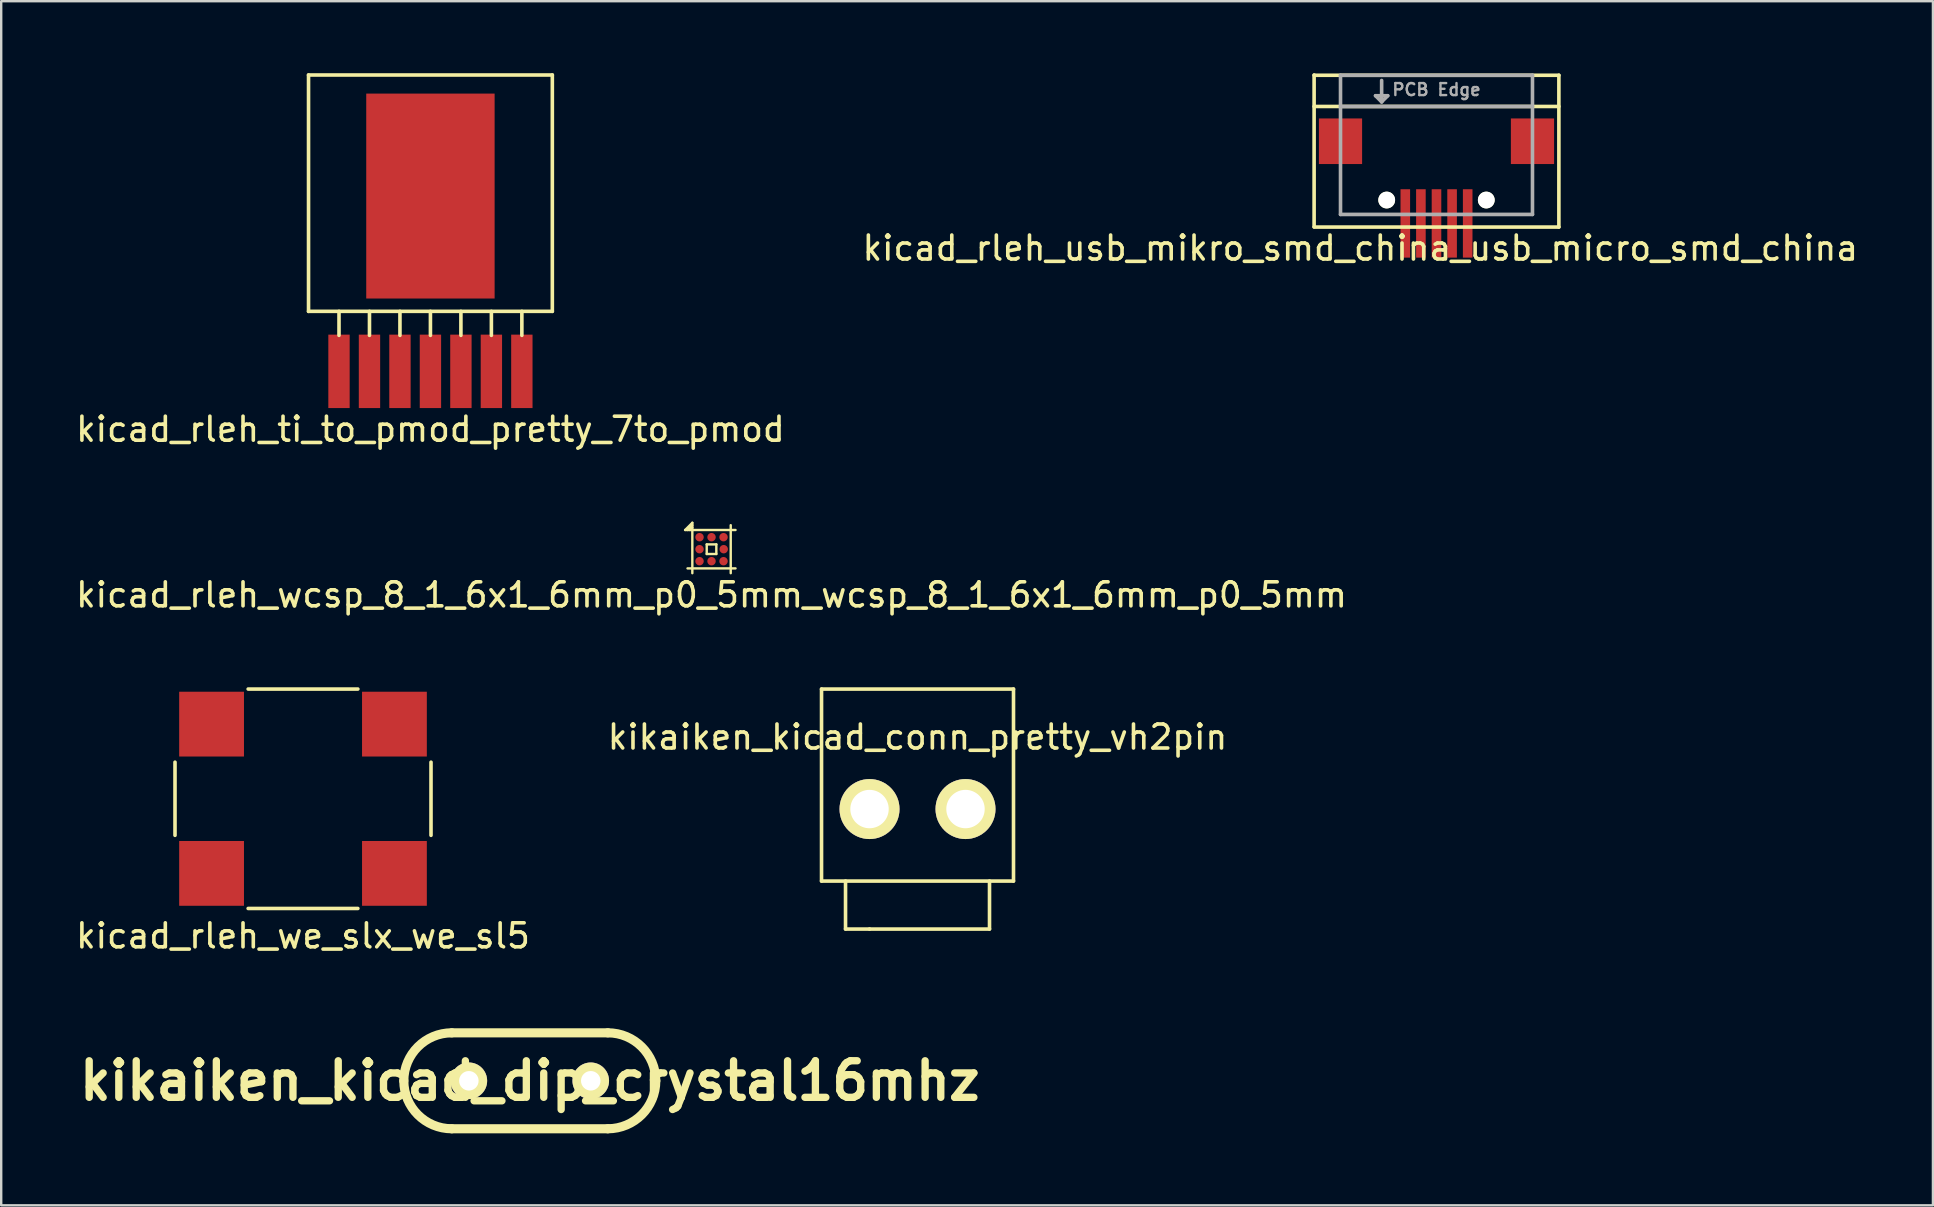
<source format=kicad_pcb>
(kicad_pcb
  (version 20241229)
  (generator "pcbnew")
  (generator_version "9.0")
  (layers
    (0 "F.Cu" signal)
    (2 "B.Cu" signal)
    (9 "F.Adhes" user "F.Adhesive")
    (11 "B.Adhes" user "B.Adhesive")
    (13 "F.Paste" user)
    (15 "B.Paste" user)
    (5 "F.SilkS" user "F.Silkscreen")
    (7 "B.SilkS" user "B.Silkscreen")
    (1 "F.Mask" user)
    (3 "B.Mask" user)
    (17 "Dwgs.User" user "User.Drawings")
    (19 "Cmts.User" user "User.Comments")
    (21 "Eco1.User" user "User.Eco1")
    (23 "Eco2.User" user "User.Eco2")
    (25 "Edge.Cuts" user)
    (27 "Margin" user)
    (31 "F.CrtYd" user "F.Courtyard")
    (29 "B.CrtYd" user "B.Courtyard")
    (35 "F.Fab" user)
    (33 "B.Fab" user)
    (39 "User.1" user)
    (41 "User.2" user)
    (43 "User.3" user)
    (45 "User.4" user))
  (footprint "kikaiken_kicad_conn_pretty_vh2pin"
    (layer "F.Cu")
    (at 35.185 30.665)
    (property "Reference" "kikaiken_kicad_conn_pretty_vh2pin" (at 0 -3 0) (layer "F.SilkS") (effects (font (size 1 1) (thickness 0.15))))
    (attr through_hole)
    (fp_line (start -4 -5) (end -4 3) (stroke (width 0.15) (type solid)) (layer "F.SilkS"))
    (fp_line (start -4 3) (end 4 3) (stroke (width 0.15) (type solid)) (layer "F.SilkS"))
    (fp_line (start -3 3) (end -3 5) (stroke (width 0.15) (type solid)) (layer "F.SilkS"))
    (fp_line (start -3 5) (end -2 5) (stroke (width 0.15) (type solid)) (layer "F.SilkS"))
    (fp_line (start -2 5) (end 3 5) (stroke (width 0.15) (type solid)) (layer "F.SilkS"))
    (fp_line (start 3 5) (end 3 3) (stroke (width 0.15) (type solid)) (layer "F.SilkS"))
    (fp_line (start 4 -5) (end -4 -5) (stroke (width 0.15) (type solid)) (layer "F.SilkS"))
    (fp_line (start 4 3) (end 4 -5) (stroke (width 0.15) (type solid)) (layer "F.SilkS"))
    (pad "1" thru_hole circle (at -2 0) (size 2.5 2.5) (drill 1.6) (layers "*.Cu" "*.Mask" "F.SilkS"))
    (pad "2" thru_hole circle (at 2 0) (size 2.5 2.5) (drill 1.6) (layers "*.Cu" "*.Mask" "F.SilkS")))
  (footprint "kicad_rleh_we_slx_we_sl5"
    (layer "F.Cu")
    (at 9.577 30.236)
    (property "Reference" "kicad_rleh_we_slx_we_sl5" (at 0 5.715 0) (layer "F.SilkS") (effects (font (size 1 1) (thickness 0.15))))
    (attr through_hole)
    (fp_line (start -5.334 1.524) (end -5.334 -1.524) (stroke (width 0.15) (type solid)) (layer "F.SilkS"))
    (fp_line (start -2.286 -4.572) (end 2.286 -4.572) (stroke (width 0.15) (type solid)) (layer "F.SilkS"))
    (fp_line (start -2.286 4.572) (end 2.286 4.572) (stroke (width 0.15) (type solid)) (layer "F.SilkS"))
    (fp_line (start 5.334 -1.524) (end 5.334 1.524) (stroke (width 0.15) (type solid)) (layer "F.SilkS"))
    (pad "1" smd rect (at 3.81 -3.11) (size 2.7 2.7) (layers "F.Cu" "F.Mask" "F.Paste"))
    (pad "2" smd rect (at -3.81 -3.11) (size 2.7 2.7) (layers "F.Cu" "F.Mask" "F.Paste"))
    (pad "3" smd rect (at -3.81 3.11) (size 2.7 2.7) (layers "F.Cu" "F.Mask" "F.Paste"))
    (pad "4" smd rect (at 3.81 3.11) (size 2.7 2.7) (layers "F.Cu" "F.Mask" "F.Paste")))
  (footprint "kikaiken_kicad_dip_crystal16mhz"
    (layer "F.Cu")
    (at 19.028 41.989)
    (property "Reference" "kikaiken_kicad_dip_crystal16mhz" (at 0 0 0) (layer "F.SilkS") (effects (font (size 1.524 1.524) (thickness 0.305))))
    (attr through_hole)
    (fp_line (start -3.251 -1.999) (end 3.251 -1.999) (stroke (width 0.381) (type solid)) (layer "F.SilkS"))
    (fp_line (start -3.251 1.999) (end 3.251 1.999) (stroke (width 0.381) (type solid)) (layer "F.SilkS"))
    (fp_arc (start -5.25018 0) (mid -4.664692 -1.413492) (end -3.2512 -1.99898) (stroke (width 0.381) (type solid)) (layer "F.SilkS"))
    (fp_arc (start -3.2512 1.99898) (mid -4.664692 1.413492) (end -5.25018 0) (stroke (width 0.381) (type solid)) (layer "F.SilkS"))
    (fp_arc (start 3.2512 -1.99898) (mid 4.664692 -1.413492) (end 5.25018 0) (stroke (width 0.381) (type solid)) (layer "F.SilkS"))
    (fp_arc (start 5.25018 0) (mid 4.664692 1.413492) (end 3.2512 1.99898) (stroke (width 0.381) (type solid)) (layer "F.SilkS"))
    (pad "1" thru_hole circle (at -2.54 0) (size 1.524 1.524) (drill 0.813) (layers "*.Cu" "*.Mask" "F.SilkS"))
    (pad "2" thru_hole circle (at 2.54 0) (size 1.524 1.524) (drill 0.813) (layers "*.Cu" "*.Mask" "F.SilkS")))
  (footprint "kicad_rleh_wcsp_8_1_6x1_6mm_p0_5mm_wcsp_8_1_6x1_6mm_p0_5mm"
    (layer "F.Cu")
    (at 26.601 19.836)
    (property "Reference" "kicad_rleh_wcsp_8_1_6x1_6mm_p0_5mm_wcsp_8_1_6x1_6mm_p0_5mm" (at 0 1.905 0) (layer "F.SilkS") (effects (font (size 1 1) (thickness 0.15))))
    (attr through_hole)
    (fp_line (start -1.1 -0.8) (end -0.8 -1.1) (stroke (width 0.1) (type solid)) (layer "F.SilkS"))
    (fp_line (start -1.1 -0.8) (end 1 -0.8) (stroke (width 0.1) (type solid)) (layer "F.SilkS"))
    (fp_line (start -1 0.8) (end 1 0.8) (stroke (width 0.1) (type solid)) (layer "F.SilkS"))
    (fp_line (start -0.9 -0.8) (end -0.8 -0.9) (stroke (width 0.1) (type solid)) (layer "F.SilkS"))
    (fp_line (start -0.8 -1.1) (end -0.8 1) (stroke (width 0.1) (type solid)) (layer "F.SilkS"))
    (fp_line (start -0.8 -1) (end -1 -0.8) (stroke (width 0.1) (type solid)) (layer "F.SilkS"))
    (fp_line (start -0.2 -0.2) (end 0.2 -0.2) (stroke (width 0.1) (type solid)) (layer "F.SilkS"))
    (fp_line (start -0.2 0.2) (end -0.2 -0.2) (stroke (width 0.1) (type solid)) (layer "F.SilkS"))
    (fp_line (start -0.2 0.2) (end 0.2 0.2) (stroke (width 0.1) (type solid)) (layer "F.SilkS"))
    (fp_line (start 0.2 0.2) (end 0.2 -0.2) (stroke (width 0.1) (type solid)) (layer "F.SilkS"))
    (fp_line (start 0.8 -1) (end 0.8 1) (stroke (width 0.1) (type solid)) (layer "F.SilkS"))
    (pad "" smd circle (at -0.5 -0.5) (size 0.225 0.225) (layers "F.Mask" "F.Paste"))
    (pad "" smd circle (at -0.5 0) (size 0.225 0.225) (layers "F.Mask" "F.Paste"))
    (pad "" smd circle (at -0.5 0.5) (size 0.225 0.225) (layers "F.Mask" "F.Paste"))
    (pad "" smd circle (at 0 -0.5) (size 0.225 0.225) (layers "F.Mask" "F.Paste"))
    (pad "" smd circle (at 0 0.5) (size 0.225 0.225) (layers "F.Mask" "F.Paste"))
    (pad "" smd circle (at 0.5 -0.5) (size 0.225 0.225) (layers "F.Mask" "F.Paste"))
    (pad "" smd circle (at 0.5 0) (size 0.225 0.225) (layers "F.Mask" "F.Paste"))
    (pad "" smd circle (at 0.5 0.5) (size 0.225 0.225) (layers "F.Mask" "F.Paste"))
    (pad "A1" smd circle (at -0.5 -0.5) (size 0.35 0.35) (layers "F.Cu"))
    (pad "A2" smd circle (at 0 -0.5) (size 0.35 0.35) (layers "F.Cu"))
    (pad "A3" smd circle (at 0.5 -0.5) (size 0.35 0.35) (layers "F.Cu"))
    (pad "B1" smd circle (at -0.5 0) (size 0.35 0.35) (layers "F.Cu"))
    (pad "B3" smd circle (at 0.508 0) (size 0.35 0.35) (layers "F.Cu"))
    (pad "C1" smd circle (at -0.5 0.5) (size 0.35 0.35) (layers "F.Cu"))
    (pad "C2" smd circle (at 0 0.5) (size 0.35 0.35) (layers "F.Cu"))
    (pad "C3" smd circle (at 0.5 0.5) (size 0.35 0.35) (layers "F.Cu")))
  (footprint "kicad_rleh_usb_mikro_smd_china_usb_micro_smd_china"
    (layer "F.Cu")
    (at 56.812 5.511)
    (property "Reference" "kicad_rleh_usb_mikro_smd_china_usb_micro_smd_china" (at -3.175 1.778 0) (layer "F.SilkS") (effects (font (size 1 1) (thickness 0.15))))
    (attr through_hole)
    (fp_line (start -5.1 -5.436) (end -5.1 0.889) (stroke (width 0.15) (type solid)) (layer "F.SilkS"))
    (fp_line (start 5.1 -5.425) (end -5.1 -5.425) (stroke (width 0.15) (type solid)) (layer "F.SilkS"))
    (fp_line (start 5.1 -5.425) (end 5.1 0.9) (stroke (width 0.15) (type solid)) (layer "F.SilkS"))
    (fp_line (start 5.1 -4.125) (end -5.1 -4.125) (stroke (width 0.15) (type solid)) (layer "F.SilkS"))
    (fp_line (start 5.1 0.9) (end -5.1 0.9) (stroke (width 0.15) (type solid)) (layer "F.SilkS"))
    (fp_line (start -4 -5.425) (end -4 0.375) (stroke (width 0.15) (type solid)) (layer "F.Fab"))
    (fp_line (start -4 -5.425) (end 4 -5.425) (stroke (width 0.15) (type solid)) (layer "F.Fab"))
    (fp_line (start -4 -4.125) (end 4 -4.125) (stroke (width 0.15) (type solid)) (layer "F.Fab"))
    (fp_line (start -4 0.375) (end 4 0.375) (stroke (width 0.15) (type solid)) (layer "F.Fab"))
    (fp_line (start -2.54 -4.572) (end -2.286 -4.318) (stroke (width 0.15) (type solid)) (layer "F.Fab"))
    (fp_line (start -2.286 -4.318) (end -2.286 -5.207) (stroke (width 0.15) (type solid)) (layer "F.Fab"))
    (fp_line (start -2.286 -4.318) (end -2.032 -4.572) (stroke (width 0.15) (type solid)) (layer "F.Fab"))
    (fp_line (start -2.032 -4.572) (end -2.54 -4.572) (stroke (width 0.15) (type solid)) (layer "F.Fab"))
    (fp_line (start 4 -5.425) (end 4 0.375) (stroke (width 0.15) (type solid)) (layer "F.Fab"))
    (fp_text user "PCB Edge" (at 0 -4.826 0) (layer "F.Fab") (effects (font (size 0.5 0.5) (thickness 0.1))))
    (pad "" np_thru_hole circle (at -2.075 -0.225) (size 0.7 0.7) (drill 0.7) (layers "*.Cu" "*.Mask" "F.SilkS"))
    (pad "" np_thru_hole circle (at 2.075 -0.225) (size 0.7 0.7) (drill 0.7) (layers "*.Cu" "*.Mask" "F.SilkS"))
    (pad "1" smd rect (at 1.3 0.75) (size 0.4 2.85) (layers "F.Cu" "F.Mask" "F.Paste"))
    (pad "2" smd rect (at 0.65 0.75) (size 0.4 2.85) (layers "F.Cu" "F.Mask" "F.Paste"))
    (pad "3" smd rect (at 0 0.75) (size 0.4 2.85) (layers "F.Cu" "F.Mask" "F.Paste"))
    (pad "4" smd rect (at -0.65 0.75) (size 0.4 2.85) (layers "F.Cu" "F.Mask" "F.Paste"))
    (pad "5" smd rect (at -1.3 0.75) (size 0.4 2.85) (layers "F.Cu" "F.Mask" "F.Paste"))
    (pad "6" smd rect (at -4 -2.675) (size 1.8 1.9) (layers "F.Cu" "F.Mask" "F.Paste"))
    (pad "6" smd rect (at 4 -2.675) (size 1.8 1.9) (layers "F.Cu" "F.Mask" "F.Paste")))
  (footprint "kicad_rleh_ti_to_pmod_pretty_7to_pmod"
    (layer "F.Cu")
    (at 14.887 12.425)
    (property "Reference" "kicad_rleh_ti_to_pmod_pretty_7to_pmod" (at 0 2.413 0) (layer "F.SilkS") (effects (font (size 1 1) (thickness 0.15))))
    (attr through_hole)
    (fp_line (start -5.08 -12.35) (end 5.08 -12.35) (stroke (width 0.15) (type solid)) (layer "F.SilkS"))
    (fp_line (start -5.08 -2.5) (end -5.08 -12.35) (stroke (width 0.15) (type solid)) (layer "F.SilkS"))
    (fp_line (start -3.81 -2.5) (end -3.81 -1.5) (stroke (width 0.15) (type solid)) (layer "F.SilkS"))
    (fp_line (start -2.54 -2.5) (end -2.54 -1.5) (stroke (width 0.15) (type solid)) (layer "F.SilkS"))
    (fp_line (start -1.27 -2.5) (end -1.27 -1.5) (stroke (width 0.15) (type solid)) (layer "F.SilkS"))
    (fp_line (start 0 -2.5) (end 0 -1.5) (stroke (width 0.15) (type solid)) (layer "F.SilkS"))
    (fp_line (start 1.27 -2.5) (end 1.27 -1.5) (stroke (width 0.15) (type solid)) (layer "F.SilkS"))
    (fp_line (start 2.54 -2.5) (end 2.54 -1.5) (stroke (width 0.15) (type solid)) (layer "F.SilkS"))
    (fp_line (start 3.81 -2.5) (end 3.81 -1.5) (stroke (width 0.15) (type solid)) (layer "F.SilkS"))
    (fp_line (start 5.08 -2.5) (end -5.08 -2.5) (stroke (width 0.15) (type solid)) (layer "F.SilkS"))
    (fp_line (start 5.08 -2.5) (end 5.08 -12.35) (stroke (width 0.15) (type solid)) (layer "F.SilkS"))
    (pad "1" smd rect (at -3.81 0) (size 0.89 3.06) (layers "F.Cu" "F.Mask" "F.Paste"))
    (pad "2" smd rect (at -2.54 0) (size 0.89 3.06) (layers "F.Cu" "F.Mask" "F.Paste"))
    (pad "3" smd rect (at -1.27 0) (size 0.89 3.06) (layers "F.Cu" "F.Mask" "F.Paste"))
    (pad "4" smd rect (at 0 0) (size 0.89 3.06) (layers "F.Cu" "F.Mask" "F.Paste"))
    (pad "5" smd rect (at 1.27 0) (size 0.89 3.06) (layers "F.Cu" "F.Mask" "F.Paste"))
    (pad "6" smd rect (at 2.54 0) (size 0.89 3.06) (layers "F.Cu" "F.Mask" "F.Paste"))
    (pad "7" smd rect (at 3.81 0) (size 0.89 3.06) (layers "F.Cu" "F.Mask" "F.Paste"))
    (pad "8" smd rect (at 0 -7.305) (size 5.35 8.54) (layers "F.Cu" "F.Mask" "F.Paste")))
  (gr_rect
    (start -3 -3)
    (end 77.5 47.179)
    (stroke (width 0.1) (type default))
    (fill no)
    (layer "Edge.Cuts")))
</source>
